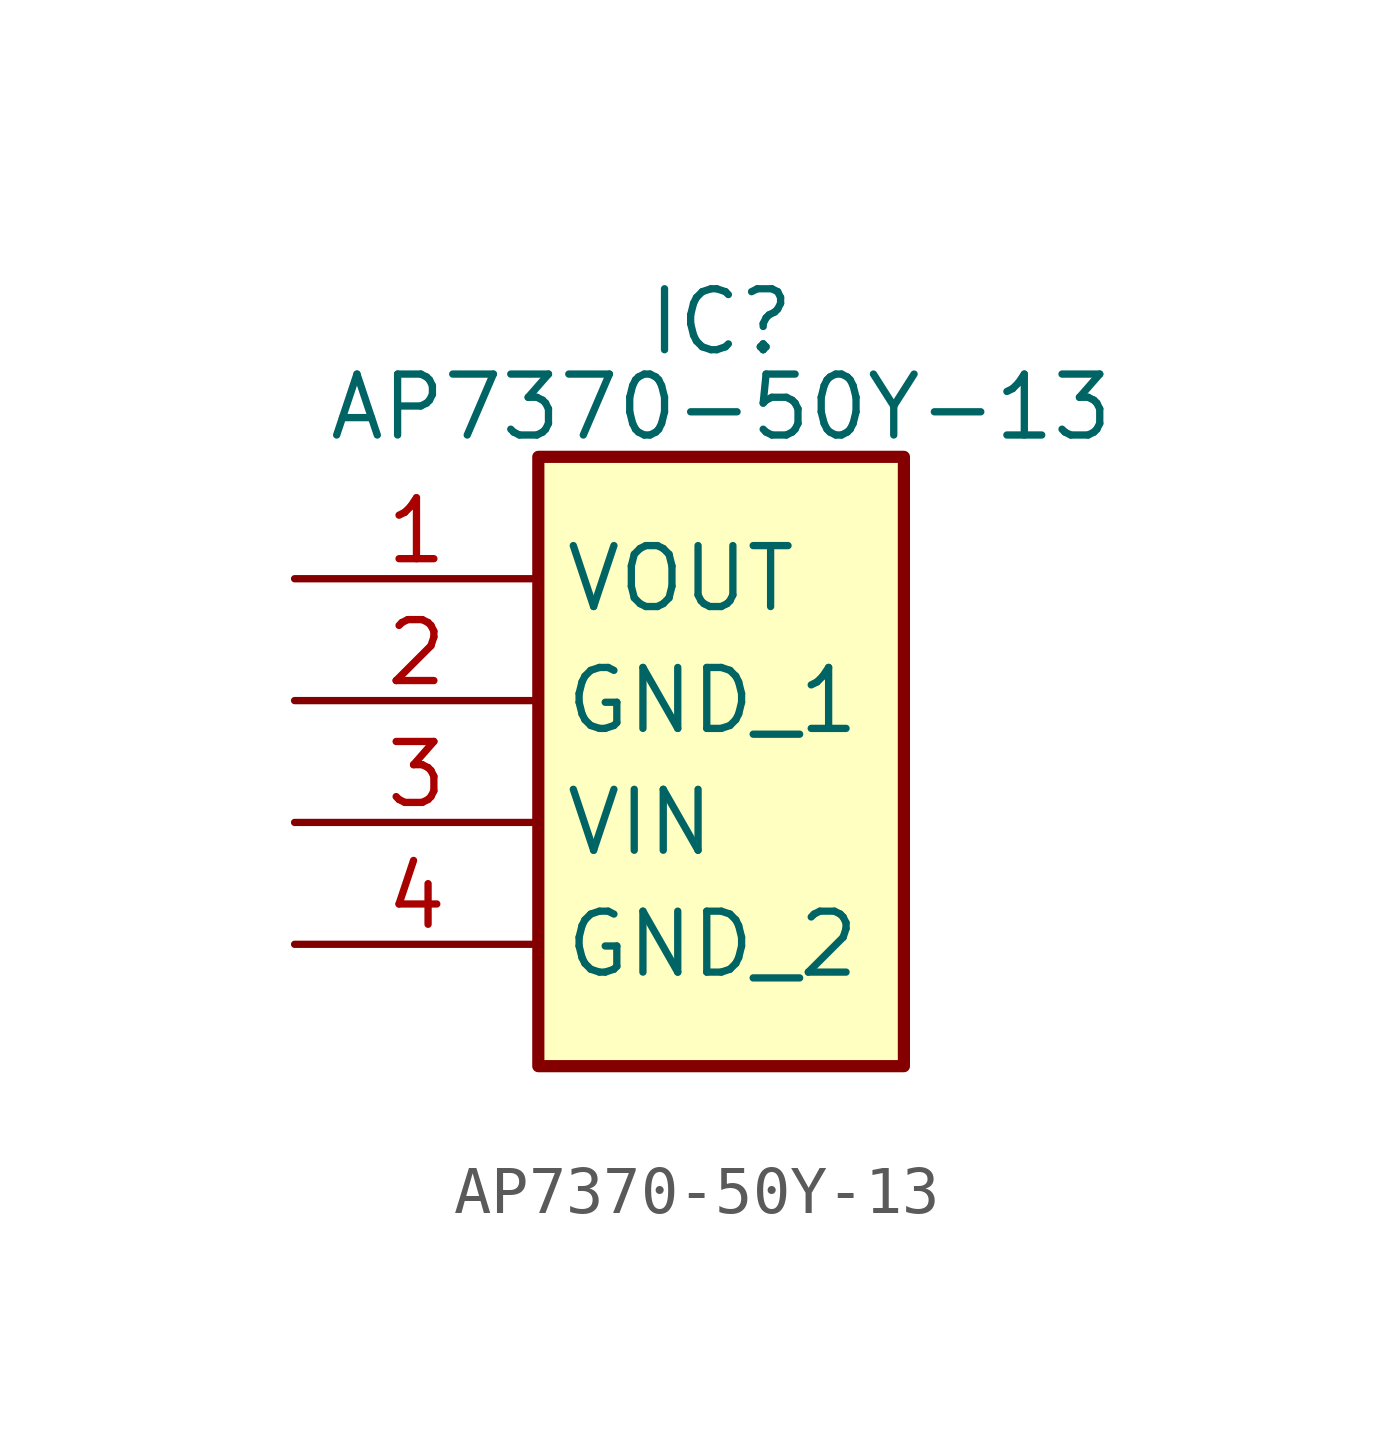
<source format=kicad_sym>
(kicad_symbol_lib
  (version 20241209)
  (generator "kicad_symbol_editor")
  (generator_version "9.0")
  (symbol "AP7370-50Y-13"
    (property "Reference" "IC"
      (at 0 9.906 0)
      (effects (font (size 1.27 1.27)) (justify top)))
    (property "Value" "AP7370-50Y-13"
      (at 0 8.128 0)
      (effects (font (size 1.27 1.27)) (justify top)))
    (symbol "AP7370-50Y-13_1_1"
      (rectangle (start -3.81 6.35) (end 3.81 -6.35) (stroke (width 0.254) (type default)) (fill (type background)))
      (pin passive line (at -8.89 3.81 0) (length 5.08) (name "VOUT" (effects (font (size 1.27 1.27)))) (number "1" (effects (font (size 1.27 1.27)))))
      (pin passive line (at -8.89 1.27 0) (length 5.08) (name "GND_1" (effects (font (size 1.27 1.27)))) (number "2" (effects (font (size 1.27 1.27)))))
      (pin passive line (at -8.89 -1.27 0) (length 5.08) (name "VIN" (effects (font (size 1.27 1.27)))) (number "3" (effects (font (size 1.27 1.27)))))
      (pin passive line (at -8.89 -3.81 0) (length 5.08) (name "GND_2" (effects (font (size 1.27 1.27)))) (number "4" (effects (font (size 1.27 1.27))))))))
</source>
